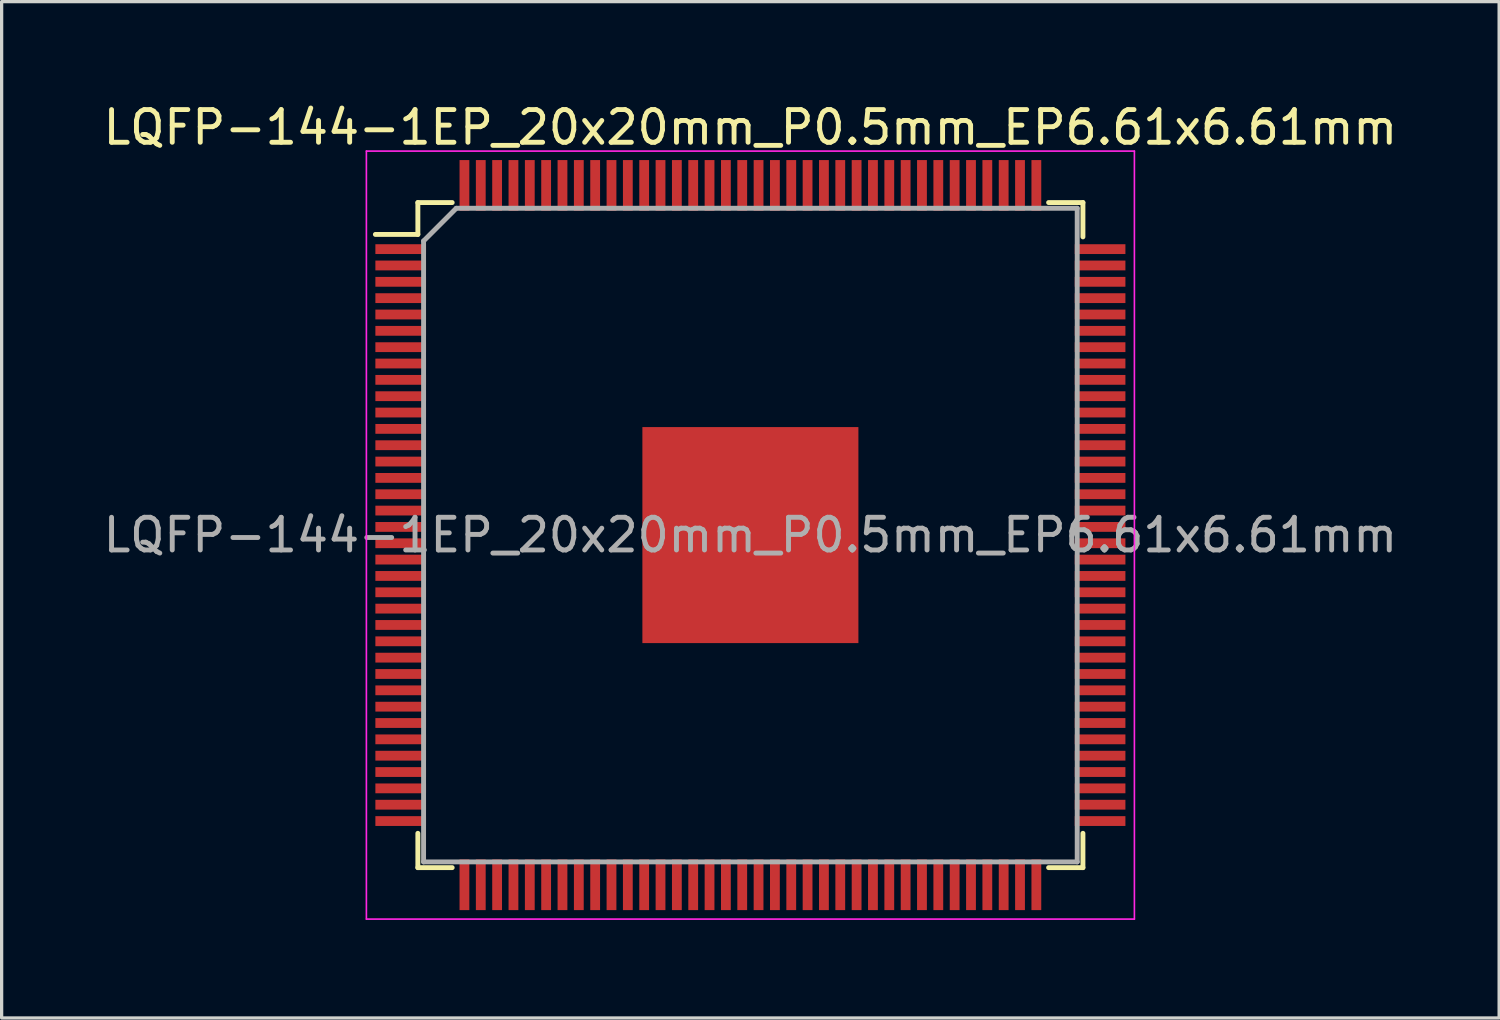
<source format=kicad_pcb>
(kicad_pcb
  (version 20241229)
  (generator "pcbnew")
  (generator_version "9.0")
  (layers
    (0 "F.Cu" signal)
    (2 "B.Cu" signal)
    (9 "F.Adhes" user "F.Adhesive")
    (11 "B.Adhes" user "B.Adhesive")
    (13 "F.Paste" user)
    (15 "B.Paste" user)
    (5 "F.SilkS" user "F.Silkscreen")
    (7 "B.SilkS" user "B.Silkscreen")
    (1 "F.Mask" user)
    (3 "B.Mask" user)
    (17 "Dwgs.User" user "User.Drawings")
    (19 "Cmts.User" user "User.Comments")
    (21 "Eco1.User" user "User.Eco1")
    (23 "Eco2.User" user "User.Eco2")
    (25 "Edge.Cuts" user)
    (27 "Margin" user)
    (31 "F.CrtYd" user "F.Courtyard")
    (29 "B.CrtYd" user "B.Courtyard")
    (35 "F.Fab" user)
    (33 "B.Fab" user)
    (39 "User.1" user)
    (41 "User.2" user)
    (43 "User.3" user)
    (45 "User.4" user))
  (footprint "LQFP-144-1EP_20x20mm_P0.5mm_EP6.61x6.61mm"
    (layer "F.Cu")
    (at 19.911 13.323)
    (property "Reference" "LQFP-144-1EP_20x20mm_P0.5mm_EP6.61x6.61mm" (at 0 -12.475 0) (layer "F.SilkS") (effects (font (size 1 1) (thickness 0.15))))
    (attr smd)
    (fp_line (start -10.175 -10.175) (end -10.175 -9.2) (stroke (width 0.15) (type solid)) (layer "F.SilkS"))
    (fp_line (start -10.175 -10.175) (end -9.125 -10.175) (stroke (width 0.15) (type solid)) (layer "F.SilkS"))
    (fp_line (start -10.175 -9.2) (end -11.475 -9.2) (stroke (width 0.15) (type solid)) (layer "F.SilkS"))
    (fp_line (start -10.175 10.175) (end -10.175 9.125) (stroke (width 0.15) (type solid)) (layer "F.SilkS"))
    (fp_line (start -10.175 10.175) (end -9.125 10.175) (stroke (width 0.15) (type solid)) (layer "F.SilkS"))
    (fp_line (start 10.175 -10.175) (end 9.125 -10.175) (stroke (width 0.15) (type solid)) (layer "F.SilkS"))
    (fp_line (start 10.175 -10.175) (end 10.175 -9.125) (stroke (width 0.15) (type solid)) (layer "F.SilkS"))
    (fp_line (start 10.175 10.175) (end 9.125 10.175) (stroke (width 0.15) (type solid)) (layer "F.SilkS"))
    (fp_line (start 10.175 10.175) (end 10.175 9.125) (stroke (width 0.15) (type solid)) (layer "F.SilkS"))
    (fp_line (start -11.75 -11.75) (end -11.75 11.75) (stroke (width 0.05) (type solid)) (layer "F.CrtYd"))
    (fp_line (start -11.75 -11.75) (end 11.75 -11.75) (stroke (width 0.05) (type solid)) (layer "F.CrtYd"))
    (fp_line (start -11.75 11.75) (end 11.75 11.75) (stroke (width 0.05) (type solid)) (layer "F.CrtYd"))
    (fp_line (start 11.75 -11.75) (end 11.75 11.75) (stroke (width 0.05) (type solid)) (layer "F.CrtYd"))
    (fp_line (start -10 -9) (end -9 -10) (stroke (width 0.15) (type solid)) (layer "F.Fab"))
    (fp_line (start -10 10) (end -10 -9) (stroke (width 0.15) (type solid)) (layer "F.Fab"))
    (fp_line (start -9 -10) (end 10 -10) (stroke (width 0.15) (type solid)) (layer "F.Fab"))
    (fp_line (start 10 -10) (end 10 10) (stroke (width 0.15) (type solid)) (layer "F.Fab"))
    (fp_line (start 10 10) (end -10 10) (stroke (width 0.15) (type solid)) (layer "F.Fab"))
    (fp_text user "${REFERENCE}" (at 0 0 0) (layer "F.Fab") (effects (font (size 1 1) (thickness 0.15))))
    (pad "" smd rect (at -2.66 -2.66) (size 1.02 1.02) (layers "F.Paste"))
    (pad "" smd rect (at -2.66 -1.33) (size 1.02 1.02) (layers "F.Paste"))
    (pad "" smd rect (at -2.66 0) (size 1.02 1.02) (layers "F.Paste"))
    (pad "" smd rect (at -2.66 1.33) (size 1.02 1.02) (layers "F.Paste"))
    (pad "" smd rect (at -2.66 2.66) (size 1.02 1.02) (layers "F.Paste"))
    (pad "" smd rect (at -1.33 -2.66) (size 1.02 1.02) (layers "F.Paste"))
    (pad "" smd rect (at -1.33 -1.33) (size 1.02 1.02) (layers "F.Paste"))
    (pad "" smd rect (at -1.33 0) (size 1.02 1.02) (layers "F.Paste"))
    (pad "" smd rect (at -1.33 1.33) (size 1.02 1.02) (layers "F.Paste"))
    (pad "" smd rect (at -1.33 2.66) (size 1.02 1.02) (layers "F.Paste"))
    (pad "" smd rect (at 0 -2.66) (size 1.02 1.02) (layers "F.Paste"))
    (pad "" smd rect (at 0 -1.33) (size 1.02 1.02) (layers "F.Paste"))
    (pad "" smd rect (at 0 0) (size 1.02 1.02) (layers "F.Paste"))
    (pad "" smd rect (at 0 1.33) (size 1.02 1.02) (layers "F.Paste"))
    (pad "" smd rect (at 0 2.66) (size 1.02 1.02) (layers "F.Paste"))
    (pad "" smd rect (at 1.33 -2.66) (size 1.02 1.02) (layers "F.Paste"))
    (pad "" smd rect (at 1.33 -1.33) (size 1.02 1.02) (layers "F.Paste"))
    (pad "" smd rect (at 1.33 0) (size 1.02 1.02) (layers "F.Paste"))
    (pad "" smd rect (at 1.33 1.33) (size 1.02 1.02) (layers "F.Paste"))
    (pad "" smd rect (at 1.33 2.66) (size 1.02 1.02) (layers "F.Paste"))
    (pad "" smd rect (at 2.66 -2.66) (size 1.02 1.02) (layers "F.Paste"))
    (pad "" smd rect (at 2.66 -1.33) (size 1.02 1.02) (layers "F.Paste"))
    (pad "" smd rect (at 2.66 0) (size 1.02 1.02) (layers "F.Paste"))
    (pad "" smd rect (at 2.66 1.33) (size 1.02 1.02) (layers "F.Paste"))
    (pad "" smd rect (at 2.66 2.66) (size 1.02 1.02) (layers "F.Paste"))
    (pad "1" smd rect (at -10.7 -8.75) (size 1.55 0.3) (layers "F.Cu" "F.Mask" "F.Paste"))
    (pad "2" smd rect (at -10.7 -8.25) (size 1.55 0.3) (layers "F.Cu" "F.Mask" "F.Paste"))
    (pad "3" smd rect (at -10.7 -7.75) (size 1.55 0.3) (layers "F.Cu" "F.Mask" "F.Paste"))
    (pad "4" smd rect (at -10.7 -7.25) (size 1.55 0.3) (layers "F.Cu" "F.Mask" "F.Paste"))
    (pad "5" smd rect (at -10.7 -6.75) (size 1.55 0.3) (layers "F.Cu" "F.Mask" "F.Paste"))
    (pad "6" smd rect (at -10.7 -6.25) (size 1.55 0.3) (layers "F.Cu" "F.Mask" "F.Paste"))
    (pad "7" smd rect (at -10.7 -5.75) (size 1.55 0.3) (layers "F.Cu" "F.Mask" "F.Paste"))
    (pad "8" smd rect (at -10.7 -5.25) (size 1.55 0.3) (layers "F.Cu" "F.Mask" "F.Paste"))
    (pad "9" smd rect (at -10.7 -4.75) (size 1.55 0.3) (layers "F.Cu" "F.Mask" "F.Paste"))
    (pad "10" smd rect (at -10.7 -4.25) (size 1.55 0.3) (layers "F.Cu" "F.Mask" "F.Paste"))
    (pad "11" smd rect (at -10.7 -3.75) (size 1.55 0.3) (layers "F.Cu" "F.Mask" "F.Paste"))
    (pad "12" smd rect (at -10.7 -3.25) (size 1.55 0.3) (layers "F.Cu" "F.Mask" "F.Paste"))
    (pad "13" smd rect (at -10.7 -2.75) (size 1.55 0.3) (layers "F.Cu" "F.Mask" "F.Paste"))
    (pad "14" smd rect (at -10.7 -2.25) (size 1.55 0.3) (layers "F.Cu" "F.Mask" "F.Paste"))
    (pad "15" smd rect (at -10.7 -1.75) (size 1.55 0.3) (layers "F.Cu" "F.Mask" "F.Paste"))
    (pad "16" smd rect (at -10.7 -1.25) (size 1.55 0.3) (layers "F.Cu" "F.Mask" "F.Paste"))
    (pad "17" smd rect (at -10.7 -0.75) (size 1.55 0.3) (layers "F.Cu" "F.Mask" "F.Paste"))
    (pad "18" smd rect (at -10.7 -0.25) (size 1.55 0.3) (layers "F.Cu" "F.Mask" "F.Paste"))
    (pad "19" smd rect (at -10.7 0.25) (size 1.55 0.3) (layers "F.Cu" "F.Mask" "F.Paste"))
    (pad "20" smd rect (at -10.7 0.75) (size 1.55 0.3) (layers "F.Cu" "F.Mask" "F.Paste"))
    (pad "21" smd rect (at -10.7 1.25) (size 1.55 0.3) (layers "F.Cu" "F.Mask" "F.Paste"))
    (pad "22" smd rect (at -10.7 1.75) (size 1.55 0.3) (layers "F.Cu" "F.Mask" "F.Paste"))
    (pad "23" smd rect (at -10.7 2.25) (size 1.55 0.3) (layers "F.Cu" "F.Mask" "F.Paste"))
    (pad "24" smd rect (at -10.7 2.75) (size 1.55 0.3) (layers "F.Cu" "F.Mask" "F.Paste"))
    (pad "25" smd rect (at -10.7 3.25) (size 1.55 0.3) (layers "F.Cu" "F.Mask" "F.Paste"))
    (pad "26" smd rect (at -10.7 3.75) (size 1.55 0.3) (layers "F.Cu" "F.Mask" "F.Paste"))
    (pad "27" smd rect (at -10.7 4.25) (size 1.55 0.3) (layers "F.Cu" "F.Mask" "F.Paste"))
    (pad "28" smd rect (at -10.7 4.75) (size 1.55 0.3) (layers "F.Cu" "F.Mask" "F.Paste"))
    (pad "29" smd rect (at -10.7 5.25) (size 1.55 0.3) (layers "F.Cu" "F.Mask" "F.Paste"))
    (pad "30" smd rect (at -10.7 5.75) (size 1.55 0.3) (layers "F.Cu" "F.Mask" "F.Paste"))
    (pad "31" smd rect (at -10.7 6.25) (size 1.55 0.3) (layers "F.Cu" "F.Mask" "F.Paste"))
    (pad "32" smd rect (at -10.7 6.75) (size 1.55 0.3) (layers "F.Cu" "F.Mask" "F.Paste"))
    (pad "33" smd rect (at -10.7 7.25) (size 1.55 0.3) (layers "F.Cu" "F.Mask" "F.Paste"))
    (pad "34" smd rect (at -10.7 7.75) (size 1.55 0.3) (layers "F.Cu" "F.Mask" "F.Paste"))
    (pad "35" smd rect (at -10.7 8.25) (size 1.55 0.3) (layers "F.Cu" "F.Mask" "F.Paste"))
    (pad "36" smd rect (at -10.7 8.75) (size 1.55 0.3) (layers "F.Cu" "F.Mask" "F.Paste"))
    (pad "37" smd rect (at -8.75 10.7 90) (size 1.55 0.3) (layers "F.Cu" "F.Mask" "F.Paste"))
    (pad "38" smd rect (at -8.25 10.7 90) (size 1.55 0.3) (layers "F.Cu" "F.Mask" "F.Paste"))
    (pad "39" smd rect (at -7.75 10.7 90) (size 1.55 0.3) (layers "F.Cu" "F.Mask" "F.Paste"))
    (pad "40" smd rect (at -7.25 10.7 90) (size 1.55 0.3) (layers "F.Cu" "F.Mask" "F.Paste"))
    (pad "41" smd rect (at -6.75 10.7 90) (size 1.55 0.3) (layers "F.Cu" "F.Mask" "F.Paste"))
    (pad "42" smd rect (at -6.25 10.7 90) (size 1.55 0.3) (layers "F.Cu" "F.Mask" "F.Paste"))
    (pad "43" smd rect (at -5.75 10.7 90) (size 1.55 0.3) (layers "F.Cu" "F.Mask" "F.Paste"))
    (pad "44" smd rect (at -5.25 10.7 90) (size 1.55 0.3) (layers "F.Cu" "F.Mask" "F.Paste"))
    (pad "45" smd rect (at -4.75 10.7 90) (size 1.55 0.3) (layers "F.Cu" "F.Mask" "F.Paste"))
    (pad "46" smd rect (at -4.25 10.7 90) (size 1.55 0.3) (layers "F.Cu" "F.Mask" "F.Paste"))
    (pad "47" smd rect (at -3.75 10.7 90) (size 1.55 0.3) (layers "F.Cu" "F.Mask" "F.Paste"))
    (pad "48" smd rect (at -3.25 10.7 90) (size 1.55 0.3) (layers "F.Cu" "F.Mask" "F.Paste"))
    (pad "49" smd rect (at -2.75 10.7 90) (size 1.55 0.3) (layers "F.Cu" "F.Mask" "F.Paste"))
    (pad "50" smd rect (at -2.25 10.7 90) (size 1.55 0.3) (layers "F.Cu" "F.Mask" "F.Paste"))
    (pad "51" smd rect (at -1.75 10.7 90) (size 1.55 0.3) (layers "F.Cu" "F.Mask" "F.Paste"))
    (pad "52" smd rect (at -1.25 10.7 90) (size 1.55 0.3) (layers "F.Cu" "F.Mask" "F.Paste"))
    (pad "53" smd rect (at -0.75 10.7 90) (size 1.55 0.3) (layers "F.Cu" "F.Mask" "F.Paste"))
    (pad "54" smd rect (at -0.25 10.7 90) (size 1.55 0.3) (layers "F.Cu" "F.Mask" "F.Paste"))
    (pad "55" smd rect (at 0.25 10.7 90) (size 1.55 0.3) (layers "F.Cu" "F.Mask" "F.Paste"))
    (pad "56" smd rect (at 0.75 10.7 90) (size 1.55 0.3) (layers "F.Cu" "F.Mask" "F.Paste"))
    (pad "57" smd rect (at 1.25 10.7 90) (size 1.55 0.3) (layers "F.Cu" "F.Mask" "F.Paste"))
    (pad "58" smd rect (at 1.75 10.7 90) (size 1.55 0.3) (layers "F.Cu" "F.Mask" "F.Paste"))
    (pad "59" smd rect (at 2.25 10.7 90) (size 1.55 0.3) (layers "F.Cu" "F.Mask" "F.Paste"))
    (pad "60" smd rect (at 2.75 10.7 90) (size 1.55 0.3) (layers "F.Cu" "F.Mask" "F.Paste"))
    (pad "61" smd rect (at 3.25 10.7 90) (size 1.55 0.3) (layers "F.Cu" "F.Mask" "F.Paste"))
    (pad "62" smd rect (at 3.75 10.7 90) (size 1.55 0.3) (layers "F.Cu" "F.Mask" "F.Paste"))
    (pad "63" smd rect (at 4.25 10.7 90) (size 1.55 0.3) (layers "F.Cu" "F.Mask" "F.Paste"))
    (pad "64" smd rect (at 4.75 10.7 90) (size 1.55 0.3) (layers "F.Cu" "F.Mask" "F.Paste"))
    (pad "65" smd rect (at 5.25 10.7 90) (size 1.55 0.3) (layers "F.Cu" "F.Mask" "F.Paste"))
    (pad "66" smd rect (at 5.75 10.7 90) (size 1.55 0.3) (layers "F.Cu" "F.Mask" "F.Paste"))
    (pad "67" smd rect (at 6.25 10.7 90) (size 1.55 0.3) (layers "F.Cu" "F.Mask" "F.Paste"))
    (pad "68" smd rect (at 6.75 10.7 90) (size 1.55 0.3) (layers "F.Cu" "F.Mask" "F.Paste"))
    (pad "69" smd rect (at 7.25 10.7 90) (size 1.55 0.3) (layers "F.Cu" "F.Mask" "F.Paste"))
    (pad "70" smd rect (at 7.75 10.7 90) (size 1.55 0.3) (layers "F.Cu" "F.Mask" "F.Paste"))
    (pad "71" smd rect (at 8.25 10.7 90) (size 1.55 0.3) (layers "F.Cu" "F.Mask" "F.Paste"))
    (pad "72" smd rect (at 8.75 10.7 90) (size 1.55 0.3) (layers "F.Cu" "F.Mask" "F.Paste"))
    (pad "73" smd rect (at 10.7 8.75) (size 1.55 0.3) (layers "F.Cu" "F.Mask" "F.Paste"))
    (pad "74" smd rect (at 10.7 8.25) (size 1.55 0.3) (layers "F.Cu" "F.Mask" "F.Paste"))
    (pad "75" smd rect (at 10.7 7.75) (size 1.55 0.3) (layers "F.Cu" "F.Mask" "F.Paste"))
    (pad "76" smd rect (at 10.7 7.25) (size 1.55 0.3) (layers "F.Cu" "F.Mask" "F.Paste"))
    (pad "77" smd rect (at 10.7 6.75) (size 1.55 0.3) (layers "F.Cu" "F.Mask" "F.Paste"))
    (pad "78" smd rect (at 10.7 6.25) (size 1.55 0.3) (layers "F.Cu" "F.Mask" "F.Paste"))
    (pad "79" smd rect (at 10.7 5.75) (size 1.55 0.3) (layers "F.Cu" "F.Mask" "F.Paste"))
    (pad "80" smd rect (at 10.7 5.25) (size 1.55 0.3) (layers "F.Cu" "F.Mask" "F.Paste"))
    (pad "81" smd rect (at 10.7 4.75) (size 1.55 0.3) (layers "F.Cu" "F.Mask" "F.Paste"))
    (pad "82" smd rect (at 10.7 4.25) (size 1.55 0.3) (layers "F.Cu" "F.Mask" "F.Paste"))
    (pad "83" smd rect (at 10.7 3.75) (size 1.55 0.3) (layers "F.Cu" "F.Mask" "F.Paste"))
    (pad "84" smd rect (at 10.7 3.25) (size 1.55 0.3) (layers "F.Cu" "F.Mask" "F.Paste"))
    (pad "85" smd rect (at 10.7 2.75) (size 1.55 0.3) (layers "F.Cu" "F.Mask" "F.Paste"))
    (pad "86" smd rect (at 10.7 2.25) (size 1.55 0.3) (layers "F.Cu" "F.Mask" "F.Paste"))
    (pad "87" smd rect (at 10.7 1.75) (size 1.55 0.3) (layers "F.Cu" "F.Mask" "F.Paste"))
    (pad "88" smd rect (at 10.7 1.25) (size 1.55 0.3) (layers "F.Cu" "F.Mask" "F.Paste"))
    (pad "89" smd rect (at 10.7 0.75) (size 1.55 0.3) (layers "F.Cu" "F.Mask" "F.Paste"))
    (pad "90" smd rect (at 10.7 0.25) (size 1.55 0.3) (layers "F.Cu" "F.Mask" "F.Paste"))
    (pad "91" smd rect (at 10.7 -0.25) (size 1.55 0.3) (layers "F.Cu" "F.Mask" "F.Paste"))
    (pad "92" smd rect (at 10.7 -0.75) (size 1.55 0.3) (layers "F.Cu" "F.Mask" "F.Paste"))
    (pad "93" smd rect (at 10.7 -1.25) (size 1.55 0.3) (layers "F.Cu" "F.Mask" "F.Paste"))
    (pad "94" smd rect (at 10.7 -1.75) (size 1.55 0.3) (layers "F.Cu" "F.Mask" "F.Paste"))
    (pad "95" smd rect (at 10.7 -2.25) (size 1.55 0.3) (layers "F.Cu" "F.Mask" "F.Paste"))
    (pad "96" smd rect (at 10.7 -2.75) (size 1.55 0.3) (layers "F.Cu" "F.Mask" "F.Paste"))
    (pad "97" smd rect (at 10.7 -3.25) (size 1.55 0.3) (layers "F.Cu" "F.Mask" "F.Paste"))
    (pad "98" smd rect (at 10.7 -3.75) (size 1.55 0.3) (layers "F.Cu" "F.Mask" "F.Paste"))
    (pad "99" smd rect (at 10.7 -4.25) (size 1.55 0.3) (layers "F.Cu" "F.Mask" "F.Paste"))
    (pad "100" smd rect (at 10.7 -4.75) (size 1.55 0.3) (layers "F.Cu" "F.Mask" "F.Paste"))
    (pad "101" smd rect (at 10.7 -5.25) (size 1.55 0.3) (layers "F.Cu" "F.Mask" "F.Paste"))
    (pad "102" smd rect (at 10.7 -5.75) (size 1.55 0.3) (layers "F.Cu" "F.Mask" "F.Paste"))
    (pad "103" smd rect (at 10.7 -6.25) (size 1.55 0.3) (layers "F.Cu" "F.Mask" "F.Paste"))
    (pad "104" smd rect (at 10.7 -6.75) (size 1.55 0.3) (layers "F.Cu" "F.Mask" "F.Paste"))
    (pad "105" smd rect (at 10.7 -7.25) (size 1.55 0.3) (layers "F.Cu" "F.Mask" "F.Paste"))
    (pad "106" smd rect (at 10.7 -7.75) (size 1.55 0.3) (layers "F.Cu" "F.Mask" "F.Paste"))
    (pad "107" smd rect (at 10.7 -8.25) (size 1.55 0.3) (layers "F.Cu" "F.Mask" "F.Paste"))
    (pad "108" smd rect (at 10.7 -8.75) (size 1.55 0.3) (layers "F.Cu" "F.Mask" "F.Paste"))
    (pad "109" smd rect (at 8.75 -10.7 90) (size 1.55 0.3) (layers "F.Cu" "F.Mask" "F.Paste"))
    (pad "110" smd rect (at 8.25 -10.7 90) (size 1.55 0.3) (layers "F.Cu" "F.Mask" "F.Paste"))
    (pad "111" smd rect (at 7.75 -10.7 90) (size 1.55 0.3) (layers "F.Cu" "F.Mask" "F.Paste"))
    (pad "112" smd rect (at 7.25 -10.7 90) (size 1.55 0.3) (layers "F.Cu" "F.Mask" "F.Paste"))
    (pad "113" smd rect (at 6.75 -10.7 90) (size 1.55 0.3) (layers "F.Cu" "F.Mask" "F.Paste"))
    (pad "114" smd rect (at 6.25 -10.7 90) (size 1.55 0.3) (layers "F.Cu" "F.Mask" "F.Paste"))
    (pad "115" smd rect (at 5.75 -10.7 90) (size 1.55 0.3) (layers "F.Cu" "F.Mask" "F.Paste"))
    (pad "116" smd rect (at 5.25 -10.7 90) (size 1.55 0.3) (layers "F.Cu" "F.Mask" "F.Paste"))
    (pad "117" smd rect (at 4.75 -10.7 90) (size 1.55 0.3) (layers "F.Cu" "F.Mask" "F.Paste"))
    (pad "118" smd rect (at 4.25 -10.7 90) (size 1.55 0.3) (layers "F.Cu" "F.Mask" "F.Paste"))
    (pad "119" smd rect (at 3.75 -10.7 90) (size 1.55 0.3) (layers "F.Cu" "F.Mask" "F.Paste"))
    (pad "120" smd rect (at 3.25 -10.7 90) (size 1.55 0.3) (layers "F.Cu" "F.Mask" "F.Paste"))
    (pad "121" smd rect (at 2.75 -10.7 90) (size 1.55 0.3) (layers "F.Cu" "F.Mask" "F.Paste"))
    (pad "122" smd rect (at 2.25 -10.7 90) (size 1.55 0.3) (layers "F.Cu" "F.Mask" "F.Paste"))
    (pad "123" smd rect (at 1.75 -10.7 90) (size 1.55 0.3) (layers "F.Cu" "F.Mask" "F.Paste"))
    (pad "124" smd rect (at 1.25 -10.7 90) (size 1.55 0.3) (layers "F.Cu" "F.Mask" "F.Paste"))
    (pad "125" smd rect (at 0.75 -10.7 90) (size 1.55 0.3) (layers "F.Cu" "F.Mask" "F.Paste"))
    (pad "126" smd rect (at 0.25 -10.7 90) (size 1.55 0.3) (layers "F.Cu" "F.Mask" "F.Paste"))
    (pad "127" smd rect (at -0.25 -10.7 90) (size 1.55 0.3) (layers "F.Cu" "F.Mask" "F.Paste"))
    (pad "128" smd rect (at -0.75 -10.7 90) (size 1.55 0.3) (layers "F.Cu" "F.Mask" "F.Paste"))
    (pad "129" smd rect (at -1.25 -10.7 90) (size 1.55 0.3) (layers "F.Cu" "F.Mask" "F.Paste"))
    (pad "130" smd rect (at -1.75 -10.7 90) (size 1.55 0.3) (layers "F.Cu" "F.Mask" "F.Paste"))
    (pad "131" smd rect (at -2.25 -10.7 90) (size 1.55 0.3) (layers "F.Cu" "F.Mask" "F.Paste"))
    (pad "132" smd rect (at -2.75 -10.7 90) (size 1.55 0.3) (layers "F.Cu" "F.Mask" "F.Paste"))
    (pad "133" smd rect (at -3.25 -10.7 90) (size 1.55 0.3) (layers "F.Cu" "F.Mask" "F.Paste"))
    (pad "134" smd rect (at -3.75 -10.7 90) (size 1.55 0.3) (layers "F.Cu" "F.Mask" "F.Paste"))
    (pad "135" smd rect (at -4.25 -10.7 90) (size 1.55 0.3) (layers "F.Cu" "F.Mask" "F.Paste"))
    (pad "136" smd rect (at -4.75 -10.7 90) (size 1.55 0.3) (layers "F.Cu" "F.Mask" "F.Paste"))
    (pad "137" smd rect (at -5.25 -10.7 90) (size 1.55 0.3) (layers "F.Cu" "F.Mask" "F.Paste"))
    (pad "138" smd rect (at -5.75 -10.7 90) (size 1.55 0.3) (layers "F.Cu" "F.Mask" "F.Paste"))
    (pad "139" smd rect (at -6.25 -10.7 90) (size 1.55 0.3) (layers "F.Cu" "F.Mask" "F.Paste"))
    (pad "140" smd rect (at -6.75 -10.7 90) (size 1.55 0.3) (layers "F.Cu" "F.Mask" "F.Paste"))
    (pad "141" smd rect (at -7.25 -10.7 90) (size 1.55 0.3) (layers "F.Cu" "F.Mask" "F.Paste"))
    (pad "142" smd rect (at -7.75 -10.7 90) (size 1.55 0.3) (layers "F.Cu" "F.Mask" "F.Paste"))
    (pad "143" smd rect (at -8.25 -10.7 90) (size 1.55 0.3) (layers "F.Cu" "F.Mask" "F.Paste"))
    (pad "144" smd rect (at -8.75 -10.7 90) (size 1.55 0.3) (layers "F.Cu" "F.Mask" "F.Paste"))
    (pad "145" smd rect (at 0 0) (size 6.61 6.61) (layers "F.Cu" "F.Mask")))
  (gr_rect
    (start -3 -3)
    (end 42.821 28.098)
    (stroke (width 0.1) (type default))
    (fill no)
    (layer "Edge.Cuts")))
</source>
